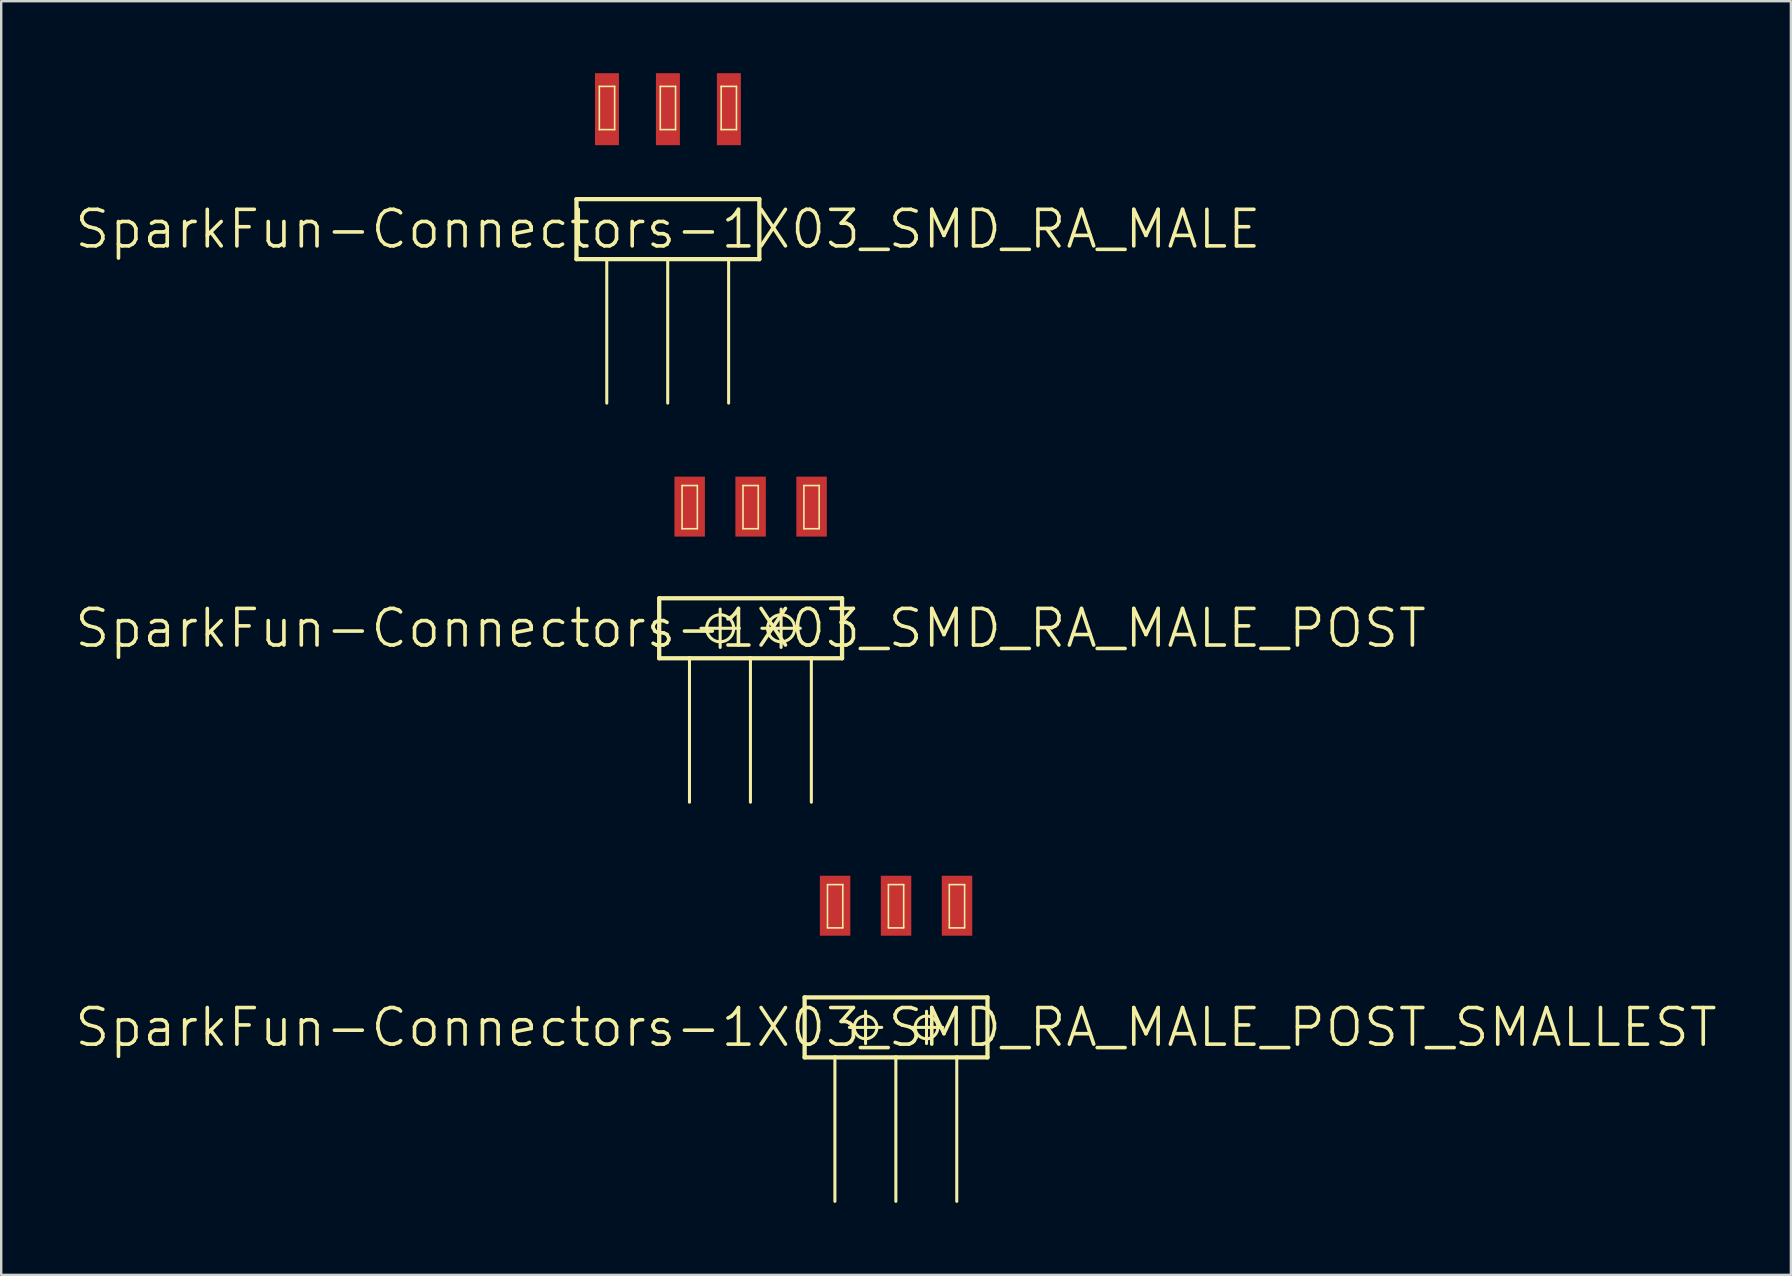
<source format=kicad_pcb>
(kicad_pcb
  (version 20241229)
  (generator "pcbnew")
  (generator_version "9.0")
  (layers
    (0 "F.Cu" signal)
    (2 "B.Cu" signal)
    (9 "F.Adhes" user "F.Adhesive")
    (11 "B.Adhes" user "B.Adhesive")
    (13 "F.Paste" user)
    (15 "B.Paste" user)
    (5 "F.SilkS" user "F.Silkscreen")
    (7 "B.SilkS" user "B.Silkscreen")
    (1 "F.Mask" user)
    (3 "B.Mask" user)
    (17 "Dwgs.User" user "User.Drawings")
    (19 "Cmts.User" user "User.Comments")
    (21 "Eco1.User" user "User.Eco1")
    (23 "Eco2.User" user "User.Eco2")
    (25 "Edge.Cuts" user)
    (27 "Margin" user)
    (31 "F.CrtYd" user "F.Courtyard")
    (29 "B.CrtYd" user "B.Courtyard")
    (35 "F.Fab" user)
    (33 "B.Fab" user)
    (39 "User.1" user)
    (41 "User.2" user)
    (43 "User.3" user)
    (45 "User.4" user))
  (footprint "SparkFun-Connectors-1X03_SMD_RA_MALE_POST"
    (layer "F.Cu")
    (at 28.23 23.131)
    (property "Reference" "SparkFun-Connectors-1X03_SMD_RA_MALE_POST" (at 0 0 0) (layer "F.SilkS") (effects (font (size 1.524 1.524) (thickness 0.15))))
    (attr smd)
    (fp_line (start -3.81 -1.25) (end -3.81 1.25) (stroke (width 0.178) (type solid)) (layer "F.SilkS"))
    (fp_line (start -2.857 -5.949) (end -2.22 -5.949) (stroke (width 0.066) (type solid)) (layer "F.SilkS"))
    (fp_line (start -2.857 -4.148) (end -2.857 -5.949) (stroke (width 0.066) (type solid)) (layer "F.SilkS"))
    (fp_line (start -2.857 -4.148) (end -2.22 -4.148) (stroke (width 0.066) (type solid)) (layer "F.SilkS"))
    (fp_line (start -2.548 1.25) (end -3.81 1.25) (stroke (width 0.178) (type solid)) (layer "F.SilkS"))
    (fp_line (start -2.548 1.25) (end -2.548 7.249) (stroke (width 0.127) (type solid)) (layer "F.SilkS"))
    (fp_line (start -2.22 -4.148) (end -2.22 -5.949) (stroke (width 0.066) (type solid)) (layer "F.SilkS"))
    (fp_line (start -2.068 0) (end -0.47 0) (stroke (width 0.127) (type solid)) (layer "F.SilkS"))
    (fp_line (start -1.27 0.798) (end -1.27 -0.798) (stroke (width 0.127) (type solid)) (layer "F.SilkS"))
    (fp_line (start -0.318 -5.949) (end 0.318 -5.949) (stroke (width 0.066) (type solid)) (layer "F.SilkS"))
    (fp_line (start -0.318 -4.148) (end -0.318 -5.949) (stroke (width 0.066) (type solid)) (layer "F.SilkS"))
    (fp_line (start -0.318 -4.148) (end 0.318 -4.148) (stroke (width 0.066) (type solid)) (layer "F.SilkS"))
    (fp_line (start -0.008 1.25) (end -2.548 1.25) (stroke (width 0.178) (type solid)) (layer "F.SilkS"))
    (fp_line (start -0.008 1.25) (end -0.008 7.249) (stroke (width 0.127) (type solid)) (layer "F.SilkS"))
    (fp_line (start 0.318 -4.148) (end 0.318 -5.949) (stroke (width 0.066) (type solid)) (layer "F.SilkS"))
    (fp_line (start 0.47 0) (end 2.068 0) (stroke (width 0.127) (type solid)) (layer "F.SilkS"))
    (fp_line (start 1.27 0.798) (end 1.27 -0.798) (stroke (width 0.127) (type solid)) (layer "F.SilkS"))
    (fp_line (start 2.22 -5.949) (end 2.857 -5.949) (stroke (width 0.066) (type solid)) (layer "F.SilkS"))
    (fp_line (start 2.22 -4.148) (end 2.22 -5.949) (stroke (width 0.066) (type solid)) (layer "F.SilkS"))
    (fp_line (start 2.22 -4.148) (end 2.857 -4.148) (stroke (width 0.066) (type solid)) (layer "F.SilkS"))
    (fp_line (start 2.53 1.25) (end -0.008 1.25) (stroke (width 0.178) (type solid)) (layer "F.SilkS"))
    (fp_line (start 2.53 1.25) (end 2.53 7.249) (stroke (width 0.127) (type solid)) (layer "F.SilkS"))
    (fp_line (start 2.857 -4.148) (end 2.857 -5.949) (stroke (width 0.066) (type solid)) (layer "F.SilkS"))
    (fp_line (start 3.81 -1.25) (end -3.81 -1.25) (stroke (width 0.178) (type solid)) (layer "F.SilkS"))
    (fp_line (start 3.81 1.25) (end 2.53 1.25) (stroke (width 0.178) (type solid)) (layer "F.SilkS"))
    (fp_line (start 3.81 1.25) (end 3.81 -1.25) (stroke (width 0.178) (type solid)) (layer "F.SilkS"))
    (fp_circle (center -1.27 0) (end -1.669 0.399) (stroke (width 0.127) (type solid)) (fill no) (layer "F.SilkS"))
    (fp_circle (center 1.27 0) (end 1.669 0.399) (stroke (width 0.127) (type solid)) (fill no) (layer "F.SilkS"))
    (pad "1" smd rect (at -2.54 -5.07 90) (size 2.499 1.27) (layers "F.Cu" "F.Mask" "F.Paste"))
    (pad "2" smd rect (at 0 -5.07 90) (size 2.499 1.27) (layers "F.Cu" "F.Mask" "F.Paste"))
    (pad "3" smd rect (at 2.54 -5.07 90) (size 2.499 1.27) (layers "F.Cu" "F.Mask" "F.Paste")))
  (footprint "SparkFun-Connectors-1X03_SMD_RA_MALE_POST_SMALLEST"
    (layer "F.Cu")
    (at 34.29 39.763)
    (property "Reference" "SparkFun-Connectors-1X03_SMD_RA_MALE_POST_SMALLEST" (at 0 0 0) (layer "F.SilkS") (effects (font (size 1.524 1.524) (thickness 0.15))))
    (attr smd)
    (fp_line (start -3.81 -1.25) (end -3.81 1.25) (stroke (width 0.178) (type solid)) (layer "F.SilkS"))
    (fp_line (start -2.857 -5.949) (end -2.22 -5.949) (stroke (width 0.066) (type solid)) (layer "F.SilkS"))
    (fp_line (start -2.857 -4.148) (end -2.857 -5.949) (stroke (width 0.066) (type solid)) (layer "F.SilkS"))
    (fp_line (start -2.857 -4.148) (end -2.22 -4.148) (stroke (width 0.066) (type solid)) (layer "F.SilkS"))
    (fp_line (start -2.548 1.25) (end -3.81 1.25) (stroke (width 0.178) (type solid)) (layer "F.SilkS"))
    (fp_line (start -2.548 1.25) (end -2.548 7.249) (stroke (width 0.127) (type solid)) (layer "F.SilkS"))
    (fp_line (start -2.22 -4.148) (end -2.22 -5.949) (stroke (width 0.066) (type solid)) (layer "F.SilkS"))
    (fp_line (start -1.943 0) (end -0.597 0) (stroke (width 0.127) (type solid)) (layer "F.SilkS"))
    (fp_line (start -1.27 0.673) (end -1.27 -0.673) (stroke (width 0.127) (type solid)) (layer "F.SilkS"))
    (fp_line (start -0.318 -5.949) (end 0.318 -5.949) (stroke (width 0.066) (type solid)) (layer "F.SilkS"))
    (fp_line (start -0.318 -4.148) (end -0.318 -5.949) (stroke (width 0.066) (type solid)) (layer "F.SilkS"))
    (fp_line (start -0.318 -4.148) (end 0.318 -4.148) (stroke (width 0.066) (type solid)) (layer "F.SilkS"))
    (fp_line (start -0.008 1.25) (end -2.548 1.25) (stroke (width 0.178) (type solid)) (layer "F.SilkS"))
    (fp_line (start -0.008 1.25) (end -0.008 7.249) (stroke (width 0.127) (type solid)) (layer "F.SilkS"))
    (fp_line (start 0.318 -4.148) (end 0.318 -5.949) (stroke (width 0.066) (type solid)) (layer "F.SilkS"))
    (fp_line (start 0.597 0) (end 1.943 0) (stroke (width 0.127) (type solid)) (layer "F.SilkS"))
    (fp_line (start 1.27 0.673) (end 1.27 -0.673) (stroke (width 0.127) (type solid)) (layer "F.SilkS"))
    (fp_line (start 2.22 -5.949) (end 2.857 -5.949) (stroke (width 0.066) (type solid)) (layer "F.SilkS"))
    (fp_line (start 2.22 -4.148) (end 2.22 -5.949) (stroke (width 0.066) (type solid)) (layer "F.SilkS"))
    (fp_line (start 2.22 -4.148) (end 2.857 -4.148) (stroke (width 0.066) (type solid)) (layer "F.SilkS"))
    (fp_line (start 2.53 1.25) (end -0.008 1.25) (stroke (width 0.178) (type solid)) (layer "F.SilkS"))
    (fp_line (start 2.53 1.25) (end 2.53 7.249) (stroke (width 0.127) (type solid)) (layer "F.SilkS"))
    (fp_line (start 2.857 -4.148) (end 2.857 -5.949) (stroke (width 0.066) (type solid)) (layer "F.SilkS"))
    (fp_line (start 3.81 -1.25) (end -3.81 -1.25) (stroke (width 0.178) (type solid)) (layer "F.SilkS"))
    (fp_line (start 3.81 1.25) (end 2.53 1.25) (stroke (width 0.178) (type solid)) (layer "F.SilkS"))
    (fp_line (start 3.81 1.25) (end 3.81 -1.25) (stroke (width 0.178) (type solid)) (layer "F.SilkS"))
    (fp_circle (center -1.27 0) (end -1.605 0.335) (stroke (width 0.127) (type solid)) (fill no) (layer "F.SilkS"))
    (fp_circle (center 1.27 0) (end 1.605 0.335) (stroke (width 0.127) (type solid)) (fill no) (layer "F.SilkS"))
    (pad "1" smd rect (at -2.54 -5.07 90) (size 2.499 1.27) (layers "F.Cu" "F.Mask" "F.Paste"))
    (pad "2" smd rect (at 0 -5.07 90) (size 2.499 1.27) (layers "F.Cu" "F.Mask" "F.Paste"))
    (pad "3" smd rect (at 2.54 -5.07 90) (size 2.499 1.27) (layers "F.Cu" "F.Mask" "F.Paste")))
  (footprint "SparkFun-Connectors-1X03_SMD_RA_MALE"
    (layer "F.Cu")
    (at 24.783 6.499)
    (property "Reference" "SparkFun-Connectors-1X03_SMD_RA_MALE" (at 0 0 0) (layer "F.SilkS") (effects (font (size 1.524 1.524) (thickness 0.15))))
    (attr smd)
    (fp_line (start -3.81 -1.25) (end -3.81 1.25) (stroke (width 0.178) (type solid)) (layer "F.SilkS"))
    (fp_line (start -2.857 -5.949) (end -2.22 -5.949) (stroke (width 0.066) (type solid)) (layer "F.SilkS"))
    (fp_line (start -2.857 -4.148) (end -2.857 -5.949) (stroke (width 0.066) (type solid)) (layer "F.SilkS"))
    (fp_line (start -2.857 -4.148) (end -2.22 -4.148) (stroke (width 0.066) (type solid)) (layer "F.SilkS"))
    (fp_line (start -2.548 1.25) (end -3.81 1.25) (stroke (width 0.178) (type solid)) (layer "F.SilkS"))
    (fp_line (start -2.548 1.25) (end -2.548 7.249) (stroke (width 0.127) (type solid)) (layer "F.SilkS"))
    (fp_line (start -2.22 -4.148) (end -2.22 -5.949) (stroke (width 0.066) (type solid)) (layer "F.SilkS"))
    (fp_line (start -0.318 -5.949) (end 0.318 -5.949) (stroke (width 0.066) (type solid)) (layer "F.SilkS"))
    (fp_line (start -0.318 -4.148) (end -0.318 -5.949) (stroke (width 0.066) (type solid)) (layer "F.SilkS"))
    (fp_line (start -0.318 -4.148) (end 0.318 -4.148) (stroke (width 0.066) (type solid)) (layer "F.SilkS"))
    (fp_line (start -0.008 1.25) (end -2.548 1.25) (stroke (width 0.178) (type solid)) (layer "F.SilkS"))
    (fp_line (start -0.008 1.25) (end -0.008 7.249) (stroke (width 0.127) (type solid)) (layer "F.SilkS"))
    (fp_line (start 0.318 -4.148) (end 0.318 -5.949) (stroke (width 0.066) (type solid)) (layer "F.SilkS"))
    (fp_line (start 2.22 -5.949) (end 2.857 -5.949) (stroke (width 0.066) (type solid)) (layer "F.SilkS"))
    (fp_line (start 2.22 -4.148) (end 2.22 -5.949) (stroke (width 0.066) (type solid)) (layer "F.SilkS"))
    (fp_line (start 2.22 -4.148) (end 2.857 -4.148) (stroke (width 0.066) (type solid)) (layer "F.SilkS"))
    (fp_line (start 2.53 1.25) (end -0.008 1.25) (stroke (width 0.178) (type solid)) (layer "F.SilkS"))
    (fp_line (start 2.53 1.25) (end 2.53 7.249) (stroke (width 0.127) (type solid)) (layer "F.SilkS"))
    (fp_line (start 2.857 -4.148) (end 2.857 -5.949) (stroke (width 0.066) (type solid)) (layer "F.SilkS"))
    (fp_line (start 3.81 -1.25) (end -3.81 -1.25) (stroke (width 0.178) (type solid)) (layer "F.SilkS"))
    (fp_line (start 3.81 1.25) (end 2.53 1.25) (stroke (width 0.178) (type solid)) (layer "F.SilkS"))
    (fp_line (start 3.81 1.25) (end 3.81 -1.25) (stroke (width 0.178) (type solid)) (layer "F.SilkS"))
    (pad "1" smd rect (at -2.54 -4.999 90) (size 3 0.998) (layers "F.Cu" "F.Mask" "F.Paste"))
    (pad "2" smd rect (at 0 -4.999 90) (size 3 0.998) (layers "F.Cu" "F.Mask" "F.Paste"))
    (pad "3" smd rect (at 2.54 -4.999 90) (size 3 0.998) (layers "F.Cu" "F.Mask" "F.Paste")))
  (gr_rect
    (start -3 -3)
    (end 71.58 50.076)
    (stroke (width 0.1) (type default))
    (fill no)
    (layer "Edge.Cuts")))
</source>
